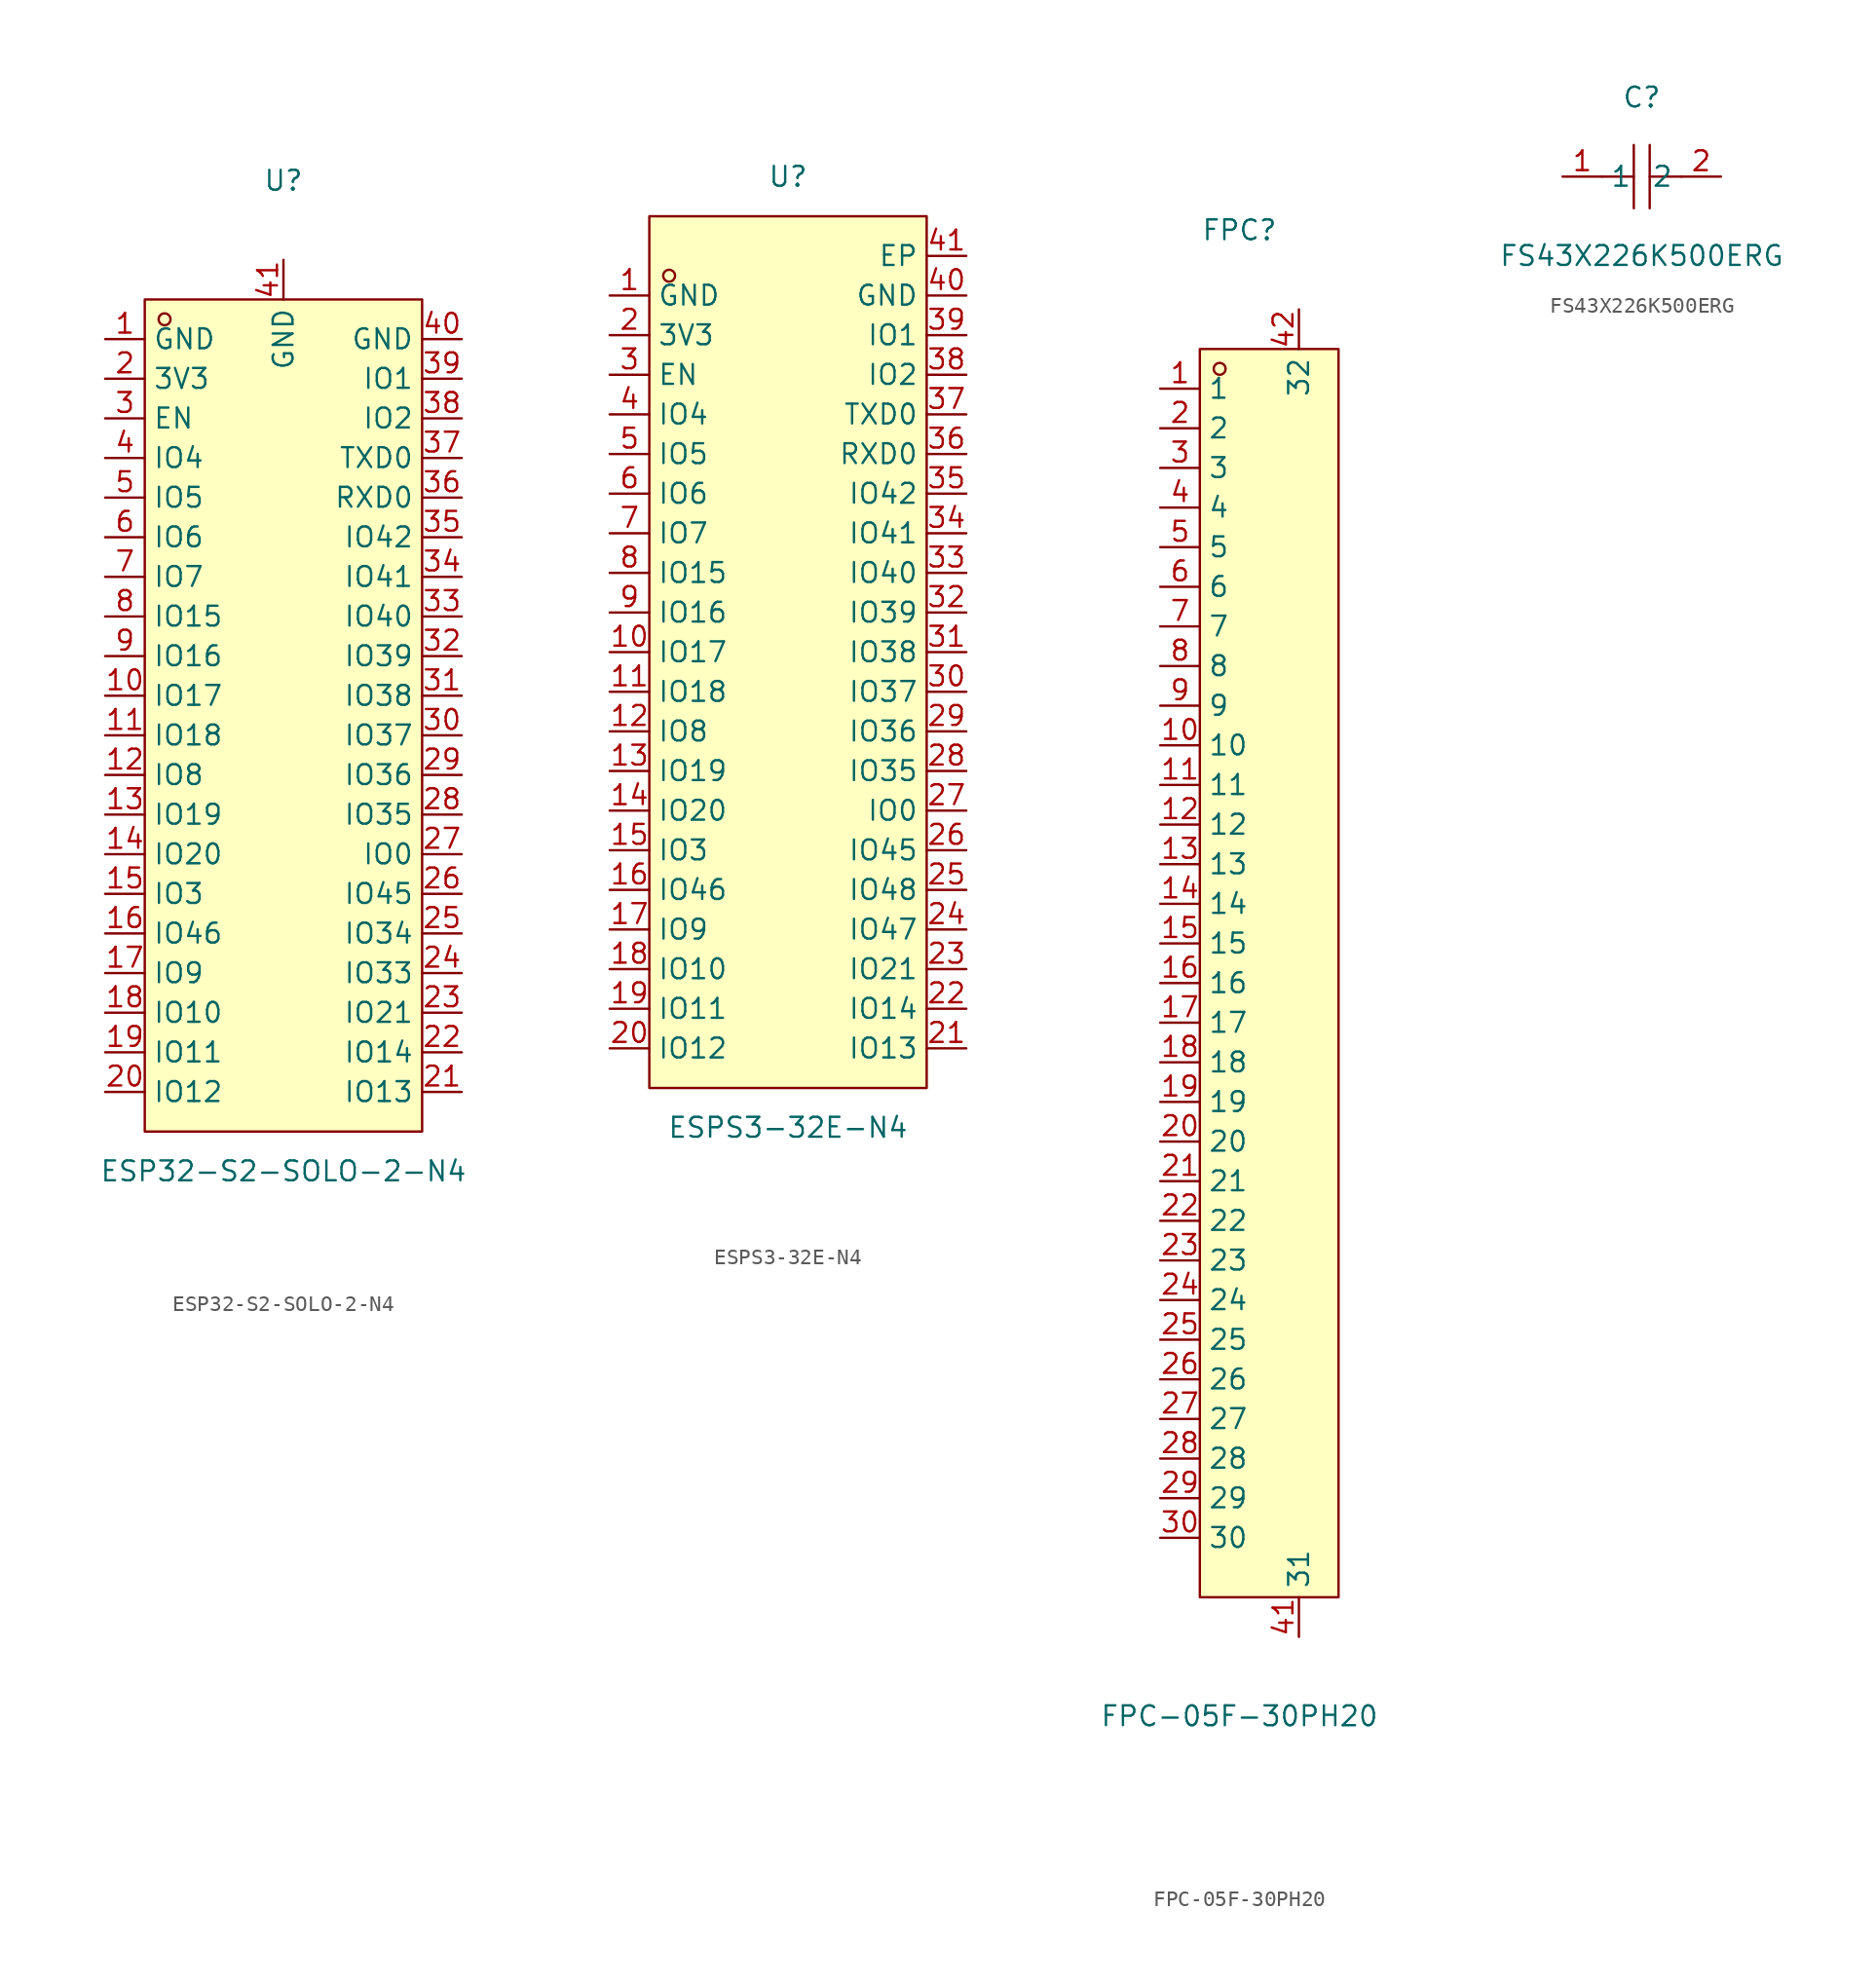
<source format=kicad_sym>
(kicad_symbol_lib
  (version 20241209)
  (generator "kicad_symbol_editor")
  (generator_version "9.0")
  (symbol "ESP32-S2-SOLO-2-N4"
    (property "Reference" "U"
      (at 0 34.29 0)
      (effects (font (size 1.27 1.27))))
    (property "Value" "ESP32-S2-SOLO-2-N4"
      (at 0 -29.21 0)
      (effects (font (size 1.27 1.27))))
    (symbol "ESP32-S2-SOLO-2-N4_0_1"
      (rectangle (start -8.89 26.67) (end 8.89 -26.67) (stroke (width 0) (type default) (color 0 0 0 0)) (fill (type background)))
      (circle (center -7.62 25.40) (radius 0.38) (stroke (width 0) (type default) (color 0 0 0 0)) (fill (type none)))
      (pin unspecified line (at -11.43 24.13 0) (length 2.54) (name "GND" (effects (font (size 1.27 1.27)))) (number "1" (effects (font (size 1.27 1.27)))))
      (pin unspecified line (at -11.43 21.59 0) (length 2.54) (name "3V3" (effects (font (size 1.27 1.27)))) (number "2" (effects (font (size 1.27 1.27)))))
      (pin unspecified line (at -11.43 19.05 0) (length 2.54) (name "EN" (effects (font (size 1.27 1.27)))) (number "3" (effects (font (size 1.27 1.27)))))
      (pin unspecified line (at -11.43 16.51 0) (length 2.54) (name "IO4" (effects (font (size 1.27 1.27)))) (number "4" (effects (font (size 1.27 1.27)))))
      (pin unspecified line (at -11.43 13.97 0) (length 2.54) (name "IO5" (effects (font (size 1.27 1.27)))) (number "5" (effects (font (size 1.27 1.27)))))
      (pin unspecified line (at -11.43 11.43 0) (length 2.54) (name "IO6" (effects (font (size 1.27 1.27)))) (number "6" (effects (font (size 1.27 1.27)))))
      (pin unspecified line (at -11.43 8.89 0) (length 2.54) (name "IO7" (effects (font (size 1.27 1.27)))) (number "7" (effects (font (size 1.27 1.27)))))
      (pin unspecified line (at -11.43 6.35 0) (length 2.54) (name "IO15" (effects (font (size 1.27 1.27)))) (number "8" (effects (font (size 1.27 1.27)))))
      (pin unspecified line (at -11.43 3.81 0) (length 2.54) (name "IO16" (effects (font (size 1.27 1.27)))) (number "9" (effects (font (size 1.27 1.27)))))
      (pin unspecified line (at -11.43 1.27 0) (length 2.54) (name "IO17" (effects (font (size 1.27 1.27)))) (number "10" (effects (font (size 1.27 1.27)))))
      (pin unspecified line (at -11.43 -1.27 0) (length 2.54) (name "IO18" (effects (font (size 1.27 1.27)))) (number "11" (effects (font (size 1.27 1.27)))))
      (pin unspecified line (at -11.43 -3.81 0) (length 2.54) (name "IO8" (effects (font (size 1.27 1.27)))) (number "12" (effects (font (size 1.27 1.27)))))
      (pin unspecified line (at -11.43 -6.35 0) (length 2.54) (name "IO19" (effects (font (size 1.27 1.27)))) (number "13" (effects (font (size 1.27 1.27)))))
      (pin unspecified line (at -11.43 -8.89 0) (length 2.54) (name "IO20" (effects (font (size 1.27 1.27)))) (number "14" (effects (font (size 1.27 1.27)))))
      (pin unspecified line (at -11.43 -11.43 0) (length 2.54) (name "IO3" (effects (font (size 1.27 1.27)))) (number "15" (effects (font (size 1.27 1.27)))))
      (pin unspecified line (at -11.43 -13.97 0) (length 2.54) (name "IO46" (effects (font (size 1.27 1.27)))) (number "16" (effects (font (size 1.27 1.27)))))
      (pin unspecified line (at -11.43 -16.51 0) (length 2.54) (name "IO9" (effects (font (size 1.27 1.27)))) (number "17" (effects (font (size 1.27 1.27)))))
      (pin unspecified line (at -11.43 -19.05 0) (length 2.54) (name "IO10" (effects (font (size 1.27 1.27)))) (number "18" (effects (font (size 1.27 1.27)))))
      (pin unspecified line (at -11.43 -21.59 0) (length 2.54) (name "IO11" (effects (font (size 1.27 1.27)))) (number "19" (effects (font (size 1.27 1.27)))))
      (pin unspecified line (at -11.43 -24.13 0) (length 2.54) (name "IO12" (effects (font (size 1.27 1.27)))) (number "20" (effects (font (size 1.27 1.27)))))
      (pin unspecified line (at 11.43 -24.13 180) (length 2.54) (name "IO13" (effects (font (size 1.27 1.27)))) (number "21" (effects (font (size 1.27 1.27)))))
      (pin unspecified line (at 11.43 -21.59 180) (length 2.54) (name "IO14" (effects (font (size 1.27 1.27)))) (number "22" (effects (font (size 1.27 1.27)))))
      (pin unspecified line (at 11.43 -19.05 180) (length 2.54) (name "IO21" (effects (font (size 1.27 1.27)))) (number "23" (effects (font (size 1.27 1.27)))))
      (pin unspecified line (at 11.43 -16.51 180) (length 2.54) (name "IO33" (effects (font (size 1.27 1.27)))) (number "24" (effects (font (size 1.27 1.27)))))
      (pin unspecified line (at 11.43 -13.97 180) (length 2.54) (name "IO34" (effects (font (size 1.27 1.27)))) (number "25" (effects (font (size 1.27 1.27)))))
      (pin unspecified line (at 11.43 -11.43 180) (length 2.54) (name "IO45" (effects (font (size 1.27 1.27)))) (number "26" (effects (font (size 1.27 1.27)))))
      (pin unspecified line (at 11.43 -8.89 180) (length 2.54) (name "IO0" (effects (font (size 1.27 1.27)))) (number "27" (effects (font (size 1.27 1.27)))))
      (pin unspecified line (at 11.43 -6.35 180) (length 2.54) (name "IO35" (effects (font (size 1.27 1.27)))) (number "28" (effects (font (size 1.27 1.27)))))
      (pin unspecified line (at 11.43 -3.81 180) (length 2.54) (name "IO36" (effects (font (size 1.27 1.27)))) (number "29" (effects (font (size 1.27 1.27)))))
      (pin unspecified line (at 11.43 -1.27 180) (length 2.54) (name "IO37" (effects (font (size 1.27 1.27)))) (number "30" (effects (font (size 1.27 1.27)))))
      (pin unspecified line (at 11.43 1.27 180) (length 2.54) (name "IO38" (effects (font (size 1.27 1.27)))) (number "31" (effects (font (size 1.27 1.27)))))
      (pin unspecified line (at 11.43 3.81 180) (length 2.54) (name "IO39" (effects (font (size 1.27 1.27)))) (number "32" (effects (font (size 1.27 1.27)))))
      (pin unspecified line (at 11.43 6.35 180) (length 2.54) (name "IO40" (effects (font (size 1.27 1.27)))) (number "33" (effects (font (size 1.27 1.27)))))
      (pin unspecified line (at 11.43 8.89 180) (length 2.54) (name "IO41" (effects (font (size 1.27 1.27)))) (number "34" (effects (font (size 1.27 1.27)))))
      (pin unspecified line (at 11.43 11.43 180) (length 2.54) (name "IO42" (effects (font (size 1.27 1.27)))) (number "35" (effects (font (size 1.27 1.27)))))
      (pin unspecified line (at 11.43 13.97 180) (length 2.54) (name "RXD0" (effects (font (size 1.27 1.27)))) (number "36" (effects (font (size 1.27 1.27)))))
      (pin unspecified line (at 11.43 16.51 180) (length 2.54) (name "TXD0" (effects (font (size 1.27 1.27)))) (number "37" (effects (font (size 1.27 1.27)))))
      (pin unspecified line (at 11.43 19.05 180) (length 2.54) (name "IO2" (effects (font (size 1.27 1.27)))) (number "38" (effects (font (size 1.27 1.27)))))
      (pin unspecified line (at 11.43 21.59 180) (length 2.54) (name "IO1" (effects (font (size 1.27 1.27)))) (number "39" (effects (font (size 1.27 1.27)))))
      (pin unspecified line (at 11.43 24.13 180) (length 2.54) (name "GND" (effects (font (size 1.27 1.27)))) (number "40" (effects (font (size 1.27 1.27)))))
      (pin unspecified line (at 0.00 29.21 270) (length 2.54) (name "GND" (effects (font (size 1.27 1.27)))) (number "41" (effects (font (size 1.27 1.27)))))))
  (symbol "ESPS3-32E-N4"
    (property "Reference" "U"
      (at 0 31.75 0)
      (effects (font (size 1.27 1.27))))
    (property "Value" "ESPS3-32E-N4"
      (at 0 -29.21 0)
      (effects (font (size 1.27 1.27))))
    (symbol "ESPS3-32E-N4_0_1"
      (rectangle (start -8.89 29.21) (end 8.89 -26.67) (stroke (width 0) (type default) (color 0 0 0 0)) (fill (type background)))
      (circle (center -7.62 25.40) (radius 0.38) (stroke (width 0) (type default) (color 0 0 0 0)) (fill (type none)))
      (pin unspecified line (at -11.43 24.13 0) (length 2.54) (name "GND" (effects (font (size 1.27 1.27)))) (number "1" (effects (font (size 1.27 1.27)))))
      (pin unspecified line (at -11.43 21.59 0) (length 2.54) (name "3V3" (effects (font (size 1.27 1.27)))) (number "2" (effects (font (size 1.27 1.27)))))
      (pin unspecified line (at -11.43 19.05 0) (length 2.54) (name "EN" (effects (font (size 1.27 1.27)))) (number "3" (effects (font (size 1.27 1.27)))))
      (pin unspecified line (at -11.43 16.51 0) (length 2.54) (name "IO4" (effects (font (size 1.27 1.27)))) (number "4" (effects (font (size 1.27 1.27)))))
      (pin unspecified line (at -11.43 13.97 0) (length 2.54) (name "IO5" (effects (font (size 1.27 1.27)))) (number "5" (effects (font (size 1.27 1.27)))))
      (pin unspecified line (at -11.43 11.43 0) (length 2.54) (name "IO6" (effects (font (size 1.27 1.27)))) (number "6" (effects (font (size 1.27 1.27)))))
      (pin unspecified line (at -11.43 8.89 0) (length 2.54) (name "IO7" (effects (font (size 1.27 1.27)))) (number "7" (effects (font (size 1.27 1.27)))))
      (pin unspecified line (at -11.43 6.35 0) (length 2.54) (name "IO15" (effects (font (size 1.27 1.27)))) (number "8" (effects (font (size 1.27 1.27)))))
      (pin unspecified line (at -11.43 3.81 0) (length 2.54) (name "IO16" (effects (font (size 1.27 1.27)))) (number "9" (effects (font (size 1.27 1.27)))))
      (pin unspecified line (at -11.43 1.27 0) (length 2.54) (name "IO17" (effects (font (size 1.27 1.27)))) (number "10" (effects (font (size 1.27 1.27)))))
      (pin unspecified line (at -11.43 -1.27 0) (length 2.54) (name "IO18" (effects (font (size 1.27 1.27)))) (number "11" (effects (font (size 1.27 1.27)))))
      (pin unspecified line (at -11.43 -3.81 0) (length 2.54) (name "IO8" (effects (font (size 1.27 1.27)))) (number "12" (effects (font (size 1.27 1.27)))))
      (pin unspecified line (at -11.43 -6.35 0) (length 2.54) (name "IO19" (effects (font (size 1.27 1.27)))) (number "13" (effects (font (size 1.27 1.27)))))
      (pin unspecified line (at -11.43 -8.89 0) (length 2.54) (name "IO20" (effects (font (size 1.27 1.27)))) (number "14" (effects (font (size 1.27 1.27)))))
      (pin unspecified line (at -11.43 -11.43 0) (length 2.54) (name "IO3" (effects (font (size 1.27 1.27)))) (number "15" (effects (font (size 1.27 1.27)))))
      (pin unspecified line (at -11.43 -13.97 0) (length 2.54) (name "IO46" (effects (font (size 1.27 1.27)))) (number "16" (effects (font (size 1.27 1.27)))))
      (pin unspecified line (at -11.43 -16.51 0) (length 2.54) (name "IO9" (effects (font (size 1.27 1.27)))) (number "17" (effects (font (size 1.27 1.27)))))
      (pin unspecified line (at -11.43 -19.05 0) (length 2.54) (name "IO10" (effects (font (size 1.27 1.27)))) (number "18" (effects (font (size 1.27 1.27)))))
      (pin unspecified line (at -11.43 -21.59 0) (length 2.54) (name "IO11" (effects (font (size 1.27 1.27)))) (number "19" (effects (font (size 1.27 1.27)))))
      (pin unspecified line (at -11.43 -24.13 0) (length 2.54) (name "IO12" (effects (font (size 1.27 1.27)))) (number "20" (effects (font (size 1.27 1.27)))))
      (pin unspecified line (at 11.43 -24.13 180) (length 2.54) (name "IO13" (effects (font (size 1.27 1.27)))) (number "21" (effects (font (size 1.27 1.27)))))
      (pin unspecified line (at 11.43 -21.59 180) (length 2.54) (name "IO14" (effects (font (size 1.27 1.27)))) (number "22" (effects (font (size 1.27 1.27)))))
      (pin unspecified line (at 11.43 -19.05 180) (length 2.54) (name "IO21" (effects (font (size 1.27 1.27)))) (number "23" (effects (font (size 1.27 1.27)))))
      (pin unspecified line (at 11.43 -16.51 180) (length 2.54) (name "IO47" (effects (font (size 1.27 1.27)))) (number "24" (effects (font (size 1.27 1.27)))))
      (pin unspecified line (at 11.43 -13.97 180) (length 2.54) (name "IO48" (effects (font (size 1.27 1.27)))) (number "25" (effects (font (size 1.27 1.27)))))
      (pin unspecified line (at 11.43 -11.43 180) (length 2.54) (name "IO45" (effects (font (size 1.27 1.27)))) (number "26" (effects (font (size 1.27 1.27)))))
      (pin unspecified line (at 11.43 -8.89 180) (length 2.54) (name "IO0" (effects (font (size 1.27 1.27)))) (number "27" (effects (font (size 1.27 1.27)))))
      (pin unspecified line (at 11.43 -6.35 180) (length 2.54) (name "IO35" (effects (font (size 1.27 1.27)))) (number "28" (effects (font (size 1.27 1.27)))))
      (pin unspecified line (at 11.43 -3.81 180) (length 2.54) (name "IO36" (effects (font (size 1.27 1.27)))) (number "29" (effects (font (size 1.27 1.27)))))
      (pin unspecified line (at 11.43 -1.27 180) (length 2.54) (name "IO37" (effects (font (size 1.27 1.27)))) (number "30" (effects (font (size 1.27 1.27)))))
      (pin unspecified line (at 11.43 1.27 180) (length 2.54) (name "IO38" (effects (font (size 1.27 1.27)))) (number "31" (effects (font (size 1.27 1.27)))))
      (pin unspecified line (at 11.43 3.81 180) (length 2.54) (name "IO39" (effects (font (size 1.27 1.27)))) (number "32" (effects (font (size 1.27 1.27)))))
      (pin unspecified line (at 11.43 6.35 180) (length 2.54) (name "IO40" (effects (font (size 1.27 1.27)))) (number "33" (effects (font (size 1.27 1.27)))))
      (pin unspecified line (at 11.43 8.89 180) (length 2.54) (name "IO41" (effects (font (size 1.27 1.27)))) (number "34" (effects (font (size 1.27 1.27)))))
      (pin unspecified line (at 11.43 11.43 180) (length 2.54) (name "IO42" (effects (font (size 1.27 1.27)))) (number "35" (effects (font (size 1.27 1.27)))))
      (pin unspecified line (at 11.43 13.97 180) (length 2.54) (name "RXD0" (effects (font (size 1.27 1.27)))) (number "36" (effects (font (size 1.27 1.27)))))
      (pin unspecified line (at 11.43 16.51 180) (length 2.54) (name "TXD0" (effects (font (size 1.27 1.27)))) (number "37" (effects (font (size 1.27 1.27)))))
      (pin unspecified line (at 11.43 19.05 180) (length 2.54) (name "IO2" (effects (font (size 1.27 1.27)))) (number "38" (effects (font (size 1.27 1.27)))))
      (pin unspecified line (at 11.43 21.59 180) (length 2.54) (name "IO1" (effects (font (size 1.27 1.27)))) (number "39" (effects (font (size 1.27 1.27)))))
      (pin unspecified line (at 11.43 24.13 180) (length 2.54) (name "GND" (effects (font (size 1.27 1.27)))) (number "40" (effects (font (size 1.27 1.27)))))
      (pin unspecified line (at 11.43 26.67 180) (length 2.54) (name "EP" (effects (font (size 1.27 1.27)))) (number "41" (effects (font (size 1.27 1.27)))))))
  (symbol "FPC-05F-30PH20"
    (property "Reference" "FPC"
      (at 0 48.26 0)
      (effects (font (size 1.27 1.27))))
    (property "Value" "FPC-05F-30PH20"
      (at 0 -46.99 0)
      (effects (font (size 1.27 1.27))))
    (symbol "FPC-05F-30PH20_0_1"
      (rectangle (start -2.54 40.64) (end 6.35 -39.37) (stroke (width 0) (type default)) (fill (type background)))
      (circle (center -1.27 39.37) (radius 0.38) (stroke (width 0) (type default)) (fill (type none)))
      (pin unspecified line (at -5.08 38.1 0) (length 2.54) (name "1" (effects (font (size 1.27 1.27)))) (number "1" (effects (font (size 1.27 1.27)))))
      (pin unspecified line (at -5.08 35.56 0) (length 2.54) (name "2" (effects (font (size 1.27 1.27)))) (number "2" (effects (font (size 1.27 1.27)))))
      (pin unspecified line (at -5.08 33.02 0) (length 2.54) (name "3" (effects (font (size 1.27 1.27)))) (number "3" (effects (font (size 1.27 1.27)))))
      (pin unspecified line (at -5.08 30.48 0) (length 2.54) (name "4" (effects (font (size 1.27 1.27)))) (number "4" (effects (font (size 1.27 1.27)))))
      (pin unspecified line (at -5.08 27.94 0) (length 2.54) (name "5" (effects (font (size 1.27 1.27)))) (number "5" (effects (font (size 1.27 1.27)))))
      (pin unspecified line (at -5.08 25.4 0) (length 2.54) (name "6" (effects (font (size 1.27 1.27)))) (number "6" (effects (font (size 1.27 1.27)))))
      (pin unspecified line (at -5.08 22.86 0) (length 2.54) (name "7" (effects (font (size 1.27 1.27)))) (number "7" (effects (font (size 1.27 1.27)))))
      (pin unspecified line (at -5.08 20.32 0) (length 2.54) (name "8" (effects (font (size 1.27 1.27)))) (number "8" (effects (font (size 1.27 1.27)))))
      (pin unspecified line (at -5.08 17.78 0) (length 2.54) (name "9" (effects (font (size 1.27 1.27)))) (number "9" (effects (font (size 1.27 1.27)))))
      (pin unspecified line (at -5.08 15.24 0) (length 2.54) (name "10" (effects (font (size 1.27 1.27)))) (number "10" (effects (font (size 1.27 1.27)))))
      (pin unspecified line (at -5.08 12.7 0) (length 2.54) (name "11" (effects (font (size 1.27 1.27)))) (number "11" (effects (font (size 1.27 1.27)))))
      (pin unspecified line (at -5.08 10.16 0) (length 2.54) (name "12" (effects (font (size 1.27 1.27)))) (number "12" (effects (font (size 1.27 1.27)))))
      (pin unspecified line (at -5.08 7.62 0) (length 2.54) (name "13" (effects (font (size 1.27 1.27)))) (number "13" (effects (font (size 1.27 1.27)))))
      (pin unspecified line (at -5.08 5.08 0) (length 2.54) (name "14" (effects (font (size 1.27 1.27)))) (number "14" (effects (font (size 1.27 1.27)))))
      (pin unspecified line (at -5.08 2.54 0) (length 2.54) (name "15" (effects (font (size 1.27 1.27)))) (number "15" (effects (font (size 1.27 1.27)))))
      (pin unspecified line (at -5.08 0 0) (length 2.54) (name "16" (effects (font (size 1.27 1.27)))) (number "16" (effects (font (size 1.27 1.27)))))
      (pin unspecified line (at -5.08 -2.54 0) (length 2.54) (name "17" (effects (font (size 1.27 1.27)))) (number "17" (effects (font (size 1.27 1.27)))))
      (pin unspecified line (at -5.08 -5.08 0) (length 2.54) (name "18" (effects (font (size 1.27 1.27)))) (number "18" (effects (font (size 1.27 1.27)))))
      (pin unspecified line (at -5.08 -7.62 0) (length 2.54) (name "19" (effects (font (size 1.27 1.27)))) (number "19" (effects (font (size 1.27 1.27)))))
      (pin unspecified line (at -5.08 -10.16 0) (length 2.54) (name "20" (effects (font (size 1.27 1.27)))) (number "20" (effects (font (size 1.27 1.27)))))
      (pin unspecified line (at -5.08 -12.7 0) (length 2.54) (name "21" (effects (font (size 1.27 1.27)))) (number "21" (effects (font (size 1.27 1.27)))))
      (pin unspecified line (at -5.08 -15.24 0) (length 2.54) (name "22" (effects (font (size 1.27 1.27)))) (number "22" (effects (font (size 1.27 1.27)))))
      (pin unspecified line (at -5.08 -17.78 0) (length 2.54) (name "23" (effects (font (size 1.27 1.27)))) (number "23" (effects (font (size 1.27 1.27)))))
      (pin unspecified line (at -5.08 -20.32 0) (length 2.54) (name "24" (effects (font (size 1.27 1.27)))) (number "24" (effects (font (size 1.27 1.27)))))
      (pin unspecified line (at -5.08 -22.86 0) (length 2.54) (name "25" (effects (font (size 1.27 1.27)))) (number "25" (effects (font (size 1.27 1.27)))))
      (pin unspecified line (at -5.08 -25.4 0) (length 2.54) (name "26" (effects (font (size 1.27 1.27)))) (number "26" (effects (font (size 1.27 1.27)))))
      (pin unspecified line (at -5.08 -27.94 0) (length 2.54) (name "27" (effects (font (size 1.27 1.27)))) (number "27" (effects (font (size 1.27 1.27)))))
      (pin unspecified line (at -5.08 -30.48 0) (length 2.54) (name "28" (effects (font (size 1.27 1.27)))) (number "28" (effects (font (size 1.27 1.27)))))
      (pin unspecified line (at -5.08 -33.02 0) (length 2.54) (name "29" (effects (font (size 1.27 1.27)))) (number "29" (effects (font (size 1.27 1.27)))))
      (pin unspecified line (at -5.08 -35.56 0) (length 2.54) (name "30" (effects (font (size 1.27 1.27)))) (number "30" (effects (font (size 1.27 1.27)))))
      (pin unspecified line (at 3.81 43.18 270) (length 2.54) (name "32" (effects (font (size 1.27 1.27)))) (number "42" (effects (font (size 1.27 1.27)))))
      (pin unspecified line (at 3.81 -41.91 90) (length 2.54) (name "31" (effects (font (size 1.27 1.27)))) (number "41" (effects (font (size 1.27 1.27)))))))
  (symbol "FS43X226K500ERG"
    (property "Reference" "C"
      (at 0 5.08 0)
      (effects (font (size 1.27 1.27))))
    (property "Value" "FS43X226K500ERG"
      (at 0 -5.08 0)
      (effects (font (size 1.27 1.27))))
    (symbol "FS43X226K500ERG_0_1"
      (polyline (pts (xy -0.51 -2.03) (xy -0.51 2.03)) (stroke (width 0) (type default) (color 0 0 0 0)) (fill (type none)))
      (polyline (pts (xy 2.54 -0.00) (xy 0.51 -0.00)) (stroke (width 0) (type default) (color 0 0 0 0)) (fill (type none)))
      (polyline (pts (xy 0.51 2.03) (xy 0.51 -2.03)) (stroke (width 0) (type default) (color 0 0 0 0)) (fill (type none)))
      (polyline (pts (xy -0.51 -0.00) (xy -2.54 -0.00)) (stroke (width 0) (type default) (color 0 0 0 0)) (fill (type none)))
      (pin unspecified line (at -5.08 -0.00 0) (length 2.54) (name "1" (effects (font (size 1.27 1.27)))) (number "1" (effects (font (size 1.27 1.27)))))
      (pin unspecified line (at 5.08 -0.00 180) (length 2.54) (name "2" (effects (font (size 1.27 1.27)))) (number "2" (effects (font (size 1.27 1.27))))))))
</source>
